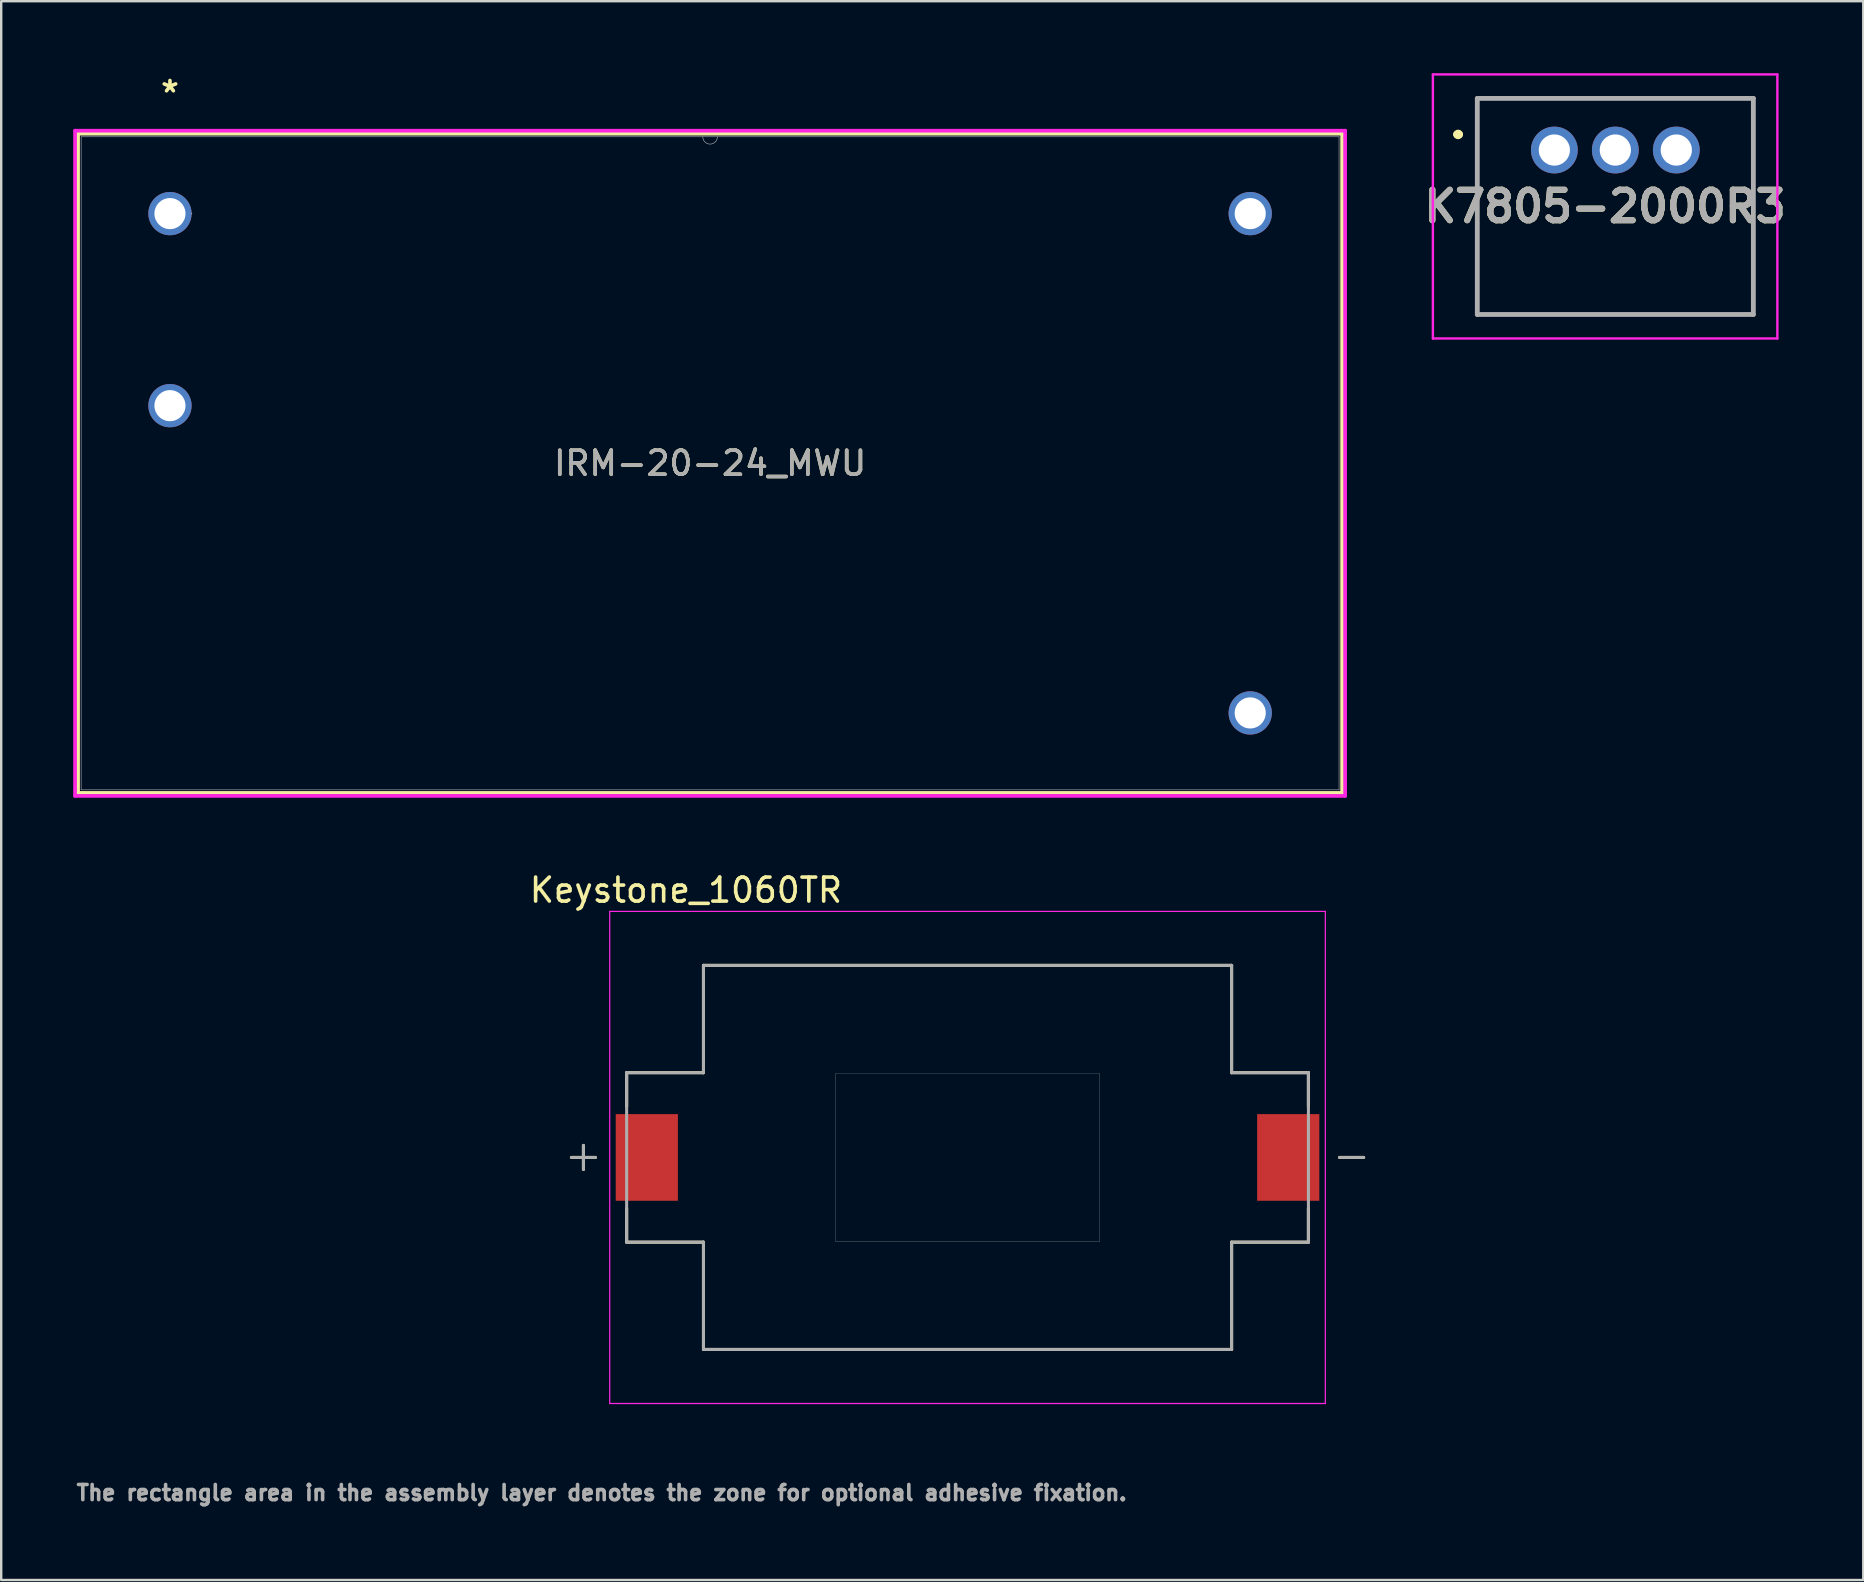
<source format=kicad_pcb>
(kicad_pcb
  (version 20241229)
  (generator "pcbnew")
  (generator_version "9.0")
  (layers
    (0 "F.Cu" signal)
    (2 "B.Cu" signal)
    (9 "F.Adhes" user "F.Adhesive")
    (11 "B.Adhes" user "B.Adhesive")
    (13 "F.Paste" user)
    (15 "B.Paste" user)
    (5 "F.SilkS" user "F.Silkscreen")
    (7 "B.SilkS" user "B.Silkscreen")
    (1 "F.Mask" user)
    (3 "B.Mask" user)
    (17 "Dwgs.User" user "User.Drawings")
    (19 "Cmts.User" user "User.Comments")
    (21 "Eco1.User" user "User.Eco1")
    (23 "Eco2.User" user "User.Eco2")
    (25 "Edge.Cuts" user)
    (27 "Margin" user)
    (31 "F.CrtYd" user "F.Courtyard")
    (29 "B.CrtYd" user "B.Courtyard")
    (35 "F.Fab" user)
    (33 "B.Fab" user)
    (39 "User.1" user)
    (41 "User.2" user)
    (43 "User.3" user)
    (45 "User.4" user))
  (footprint "Keystone_1060TR"
    (layer "F.Cu")
    (at 37.254 45.165)
    (property "Reference" "Keystone_1060TR" (at -11.73 -11.135 0) (layer "F.SilkS") (effects (font (size 1 1) (thickness 0.15))))
    (attr smd)
    (fp_line (start -16 -0.5) (end -16 0.5) (stroke (width 0.127) (type solid)) (layer "F.SilkS"))
    (fp_line (start -15.5 0) (end -16.5 0) (stroke (width 0.127) (type solid)) (layer "F.SilkS"))
    (fp_line (start -14.2 -3.53) (end -14.2 -2.125) (stroke (width 0.127) (type solid)) (layer "F.SilkS"))
    (fp_line (start -14.2 3.53) (end -14.2 2.125) (stroke (width 0.127) (type solid)) (layer "F.SilkS"))
    (fp_line (start -14.2 3.53) (end -11 3.53) (stroke (width 0.127) (type solid)) (layer "F.SilkS"))
    (fp_line (start -11 -8) (end -11 -3.53) (stroke (width 0.127) (type solid)) (layer "F.SilkS"))
    (fp_line (start -11 -3.53) (end -14.2 -3.53) (stroke (width 0.127) (type solid)) (layer "F.SilkS"))
    (fp_line (start -11 3.53) (end -11 8) (stroke (width 0.127) (type solid)) (layer "F.SilkS"))
    (fp_line (start -11 8) (end 11 8) (stroke (width 0.127) (type solid)) (layer "F.SilkS"))
    (fp_line (start 11 -8) (end -11 -8) (stroke (width 0.127) (type solid)) (layer "F.SilkS"))
    (fp_line (start 11 -3.53) (end 11 -8) (stroke (width 0.127) (type solid)) (layer "F.SilkS"))
    (fp_line (start 11 3.53) (end 14.2 3.53) (stroke (width 0.127) (type solid)) (layer "F.SilkS"))
    (fp_line (start 11 8) (end 11 3.53) (stroke (width 0.127) (type solid)) (layer "F.SilkS"))
    (fp_line (start 14.2 -3.53) (end 11 -3.53) (stroke (width 0.127) (type solid)) (layer "F.SilkS"))
    (fp_line (start 14.2 -2.125) (end 14.2 -3.53) (stroke (width 0.127) (type solid)) (layer "F.SilkS"))
    (fp_line (start 14.2 3.53) (end 14.2 2.125) (stroke (width 0.127) (type solid)) (layer "F.SilkS"))
    (fp_line (start 15.5 0) (end 16.5 0) (stroke (width 0.127) (type solid)) (layer "F.SilkS"))
    (fp_line (start -14.905 -10.25) (end -14.905 10.25) (stroke (width 0.05) (type solid)) (layer "F.CrtYd"))
    (fp_line (start -14.905 10.25) (end 14.905 10.25) (stroke (width 0.05) (type solid)) (layer "F.CrtYd"))
    (fp_line (start 14.905 -10.25) (end -14.905 -10.25) (stroke (width 0.05) (type solid)) (layer "F.CrtYd"))
    (fp_line (start 14.905 10.25) (end 14.905 -10.25) (stroke (width 0.05) (type solid)) (layer "F.CrtYd"))
    (fp_line (start -16.5 0) (end -15.5 0) (stroke (width 0.127) (type solid)) (layer "F.Fab"))
    (fp_line (start -16 -0.5) (end -16 0.5) (stroke (width 0.127) (type solid)) (layer "F.Fab"))
    (fp_line (start -14.2 -3.53) (end -14.2 3.53) (stroke (width 0.127) (type solid)) (layer "F.Fab"))
    (fp_line (start -14.2 3.53) (end -11 3.53) (stroke (width 0.127) (type solid)) (layer "F.Fab"))
    (fp_line (start -11 -8) (end -11 -3.53) (stroke (width 0.127) (type solid)) (layer "F.Fab"))
    (fp_line (start -11 -3.53) (end -14.2 -3.53) (stroke (width 0.127) (type solid)) (layer "F.Fab"))
    (fp_line (start -11 3.53) (end -11 8) (stroke (width 0.127) (type solid)) (layer "F.Fab"))
    (fp_line (start -11 8) (end 11 8) (stroke (width 0.127) (type solid)) (layer "F.Fab"))
    (fp_line (start 11 -8) (end -11 -8) (stroke (width 0.127) (type solid)) (layer "F.Fab"))
    (fp_line (start 11 -3.53) (end 11 -8) (stroke (width 0.127) (type solid)) (layer "F.Fab"))
    (fp_line (start 11 3.53) (end 14.2 3.53) (stroke (width 0.127) (type solid)) (layer "F.Fab"))
    (fp_line (start 11 8) (end 11 3.53) (stroke (width 0.127) (type solid)) (layer "F.Fab"))
    (fp_line (start 14.2 -3.53) (end 11 -3.53) (stroke (width 0.127) (type solid)) (layer "F.Fab"))
    (fp_line (start 14.2 3.53) (end 14.2 -3.53) (stroke (width 0.127) (type solid)) (layer "F.Fab"))
    (fp_line (start 15.5 0) (end 16.5 0) (stroke (width 0.127) (type solid)) (layer "F.Fab"))
    (fp_poly (pts (xy -5.5 -3.505) (xy 5.5 -3.505) (xy 5.5 3.505) (xy -5.5 3.505)) (stroke (width 0.01) (type solid)) (fill no) (layer "F.Fab"))
    (fp_text user "The rectangle area in the assembly layer denotes the zone for optional adhesive fixation." (at -15.24 13.97 0) (layer "F.Fab") (effects (font (size 0.63 0.63) (thickness 0.15))))
    (pad "N" smd rect (at 13.36 0) (size 2.59 3.61) (layers "F.Cu" "F.Mask" "F.Paste"))
    (pad "P" smd rect (at -13.36 0) (size 2.59 3.61) (layers "F.Cu" "F.Mask" "F.Paste")))
  (footprint "K7805-2000R3"
    (layer "F.Cu")
    (at 61.699 3.2)
    (property "Reference" "K7805-2000R3" (at 2.115 2.35 0) (layer "F.SilkS") (effects (font (size 1.27 1.27) (thickness 0.254))))
    (attr through_hole)
    (fp_line (start -4.06 -0.65) (end -4.06 -0.65) (stroke (width 0.3) (type solid)) (layer "F.SilkS"))
    (fp_line (start -3.96 -0.65) (end -3.96 -0.65) (stroke (width 0.3) (type solid)) (layer "F.SilkS"))
    (fp_line (start -3.21 -2.15) (end 8.29 -2.15) (stroke (width 0.1) (type solid)) (layer "F.SilkS"))
    (fp_line (start -3.21 6.85) (end -3.21 -2.15) (stroke (width 0.1) (type solid)) (layer "F.SilkS"))
    (fp_line (start 8.29 -2.15) (end 8.29 6.85) (stroke (width 0.1) (type solid)) (layer "F.SilkS"))
    (fp_line (start 8.29 6.85) (end -3.21 6.85) (stroke (width 0.1) (type solid)) (layer "F.SilkS"))
    (fp_arc (start -4.06 -0.65) (mid -4.01 -0.7) (end -3.96 -0.65) (stroke (width 0.3) (type solid)) (layer "F.SilkS"))
    (fp_arc (start -3.96 -0.65) (mid -4.01 -0.6) (end -4.06 -0.65) (stroke (width 0.3) (type solid)) (layer "F.SilkS"))
    (fp_line (start -5.06 -3.15) (end 9.29 -3.15) (stroke (width 0.1) (type solid)) (layer "F.CrtYd"))
    (fp_line (start -5.06 7.85) (end -5.06 -3.15) (stroke (width 0.1) (type solid)) (layer "F.CrtYd"))
    (fp_line (start 9.29 -3.15) (end 9.29 7.85) (stroke (width 0.1) (type solid)) (layer "F.CrtYd"))
    (fp_line (start 9.29 7.85) (end -5.06 7.85) (stroke (width 0.1) (type solid)) (layer "F.CrtYd"))
    (fp_line (start -3.21 -2.15) (end 8.29 -2.15) (stroke (width 0.2) (type solid)) (layer "F.Fab"))
    (fp_line (start -3.21 6.85) (end -3.21 -2.15) (stroke (width 0.2) (type solid)) (layer "F.Fab"))
    (fp_line (start 8.29 -2.15) (end 8.29 6.85) (stroke (width 0.2) (type solid)) (layer "F.Fab"))
    (fp_line (start 8.29 6.85) (end -3.21 6.85) (stroke (width 0.2) (type solid)) (layer "F.Fab"))
    (fp_text user "${REFERENCE}" (at 2.115 2.35 0) (layer "F.Fab") (effects (font (size 1.27 1.27) (thickness 0.254))))
    (pad "1" thru_hole circle (at 0 0) (size 1.95 1.95) (drill 1.3) (layers "*.Cu" "*.Mask"))
    (pad "2" thru_hole circle (at 2.54 0) (size 1.95 1.95) (drill 1.3) (layers "*.Cu" "*.Mask"))
    (pad "3" thru_hole circle (at 5.08 0) (size 1.95 1.95) (drill 1.3) (layers "*.Cu" "*.Mask")))
  (footprint "IRM-20-24_MWU"
    (layer "F.Cu")
    (at 4.03 5.848)
    (property "Reference" "IRM-20-24_MWU" (at 22.5 10.402 0) (unlocked yes) (layer "F.SilkS") (effects (font (size 1 1) (thickness 0.15))))
    (attr through_hole)
    (fp_line (start -3.827 -3.327) (end -3.827 24.13) (stroke (width 0.152) (type solid)) (layer "F.SilkS"))
    (fp_line (start -3.827 24.13) (end 48.827 24.13) (stroke (width 0.152) (type solid)) (layer "F.SilkS"))
    (fp_line (start 48.827 -3.327) (end -3.827 -3.327) (stroke (width 0.152) (type solid)) (layer "F.SilkS"))
    (fp_line (start 48.827 24.13) (end 48.827 -3.327) (stroke (width 0.152) (type solid)) (layer "F.SilkS"))
    (fp_line (start -3.954 -3.454) (end 48.954 -3.454) (stroke (width 0.152) (type solid)) (layer "F.CrtYd"))
    (fp_line (start -3.954 24.257) (end -3.954 -3.454) (stroke (width 0.152) (type solid)) (layer "F.CrtYd"))
    (fp_line (start 48.954 -3.454) (end 48.954 24.257) (stroke (width 0.152) (type solid)) (layer "F.CrtYd"))
    (fp_line (start 48.954 24.257) (end -3.954 24.257) (stroke (width 0.152) (type solid)) (layer "F.CrtYd"))
    (fp_line (start -3.7 -3.2) (end -3.7 24.003) (stroke (width 0.025) (type solid)) (layer "F.Fab"))
    (fp_line (start -3.7 24.003) (end 48.7 24.003) (stroke (width 0.025) (type solid)) (layer "F.Fab"))
    (fp_line (start 48.7 -3.2) (end -3.7 -3.2) (stroke (width 0.025) (type solid)) (layer "F.Fab"))
    (fp_line (start 48.7 24.003) (end 48.7 -3.2) (stroke (width 0.025) (type solid)) (layer "F.Fab"))
    (fp_arc (start 22.804806 -3.200002) (mid 22.500006 -2.895202) (end 22.195206 -3.200002) (stroke (width 0.0254) (type solid)) (layer "F.Fab"))
    (fp_circle (center 0.902 0) (end 0.902 0) (stroke (width 0.025) (type solid)) (fill no) (layer "F.Fab"))
    (fp_text user "*" (at 0 -5 0) (unlocked yes) (layer "F.SilkS") (effects (font (size 1 1) (thickness 0.15))))
    (fp_text user "${REFERENCE}" (at 22.5 10.402 0) (unlocked yes) (layer "F.Fab") (effects (font (size 1 1) (thickness 0.15))))
    (pad "1" thru_hole circle (at 0 0) (size 1.803 1.803) (drill 1.295) (layers "*.Cu" "*.Mask"))
    (pad "2" thru_hole circle (at 0 8) (size 1.803 1.803) (drill 1.295) (layers "*.Cu" "*.Mask"))
    (pad "3" thru_hole circle (at 45 20.8) (size 1.803 1.803) (drill 1.295) (layers "*.Cu" "*.Mask"))
    (pad "4" thru_hole circle (at 45 0) (size 1.803 1.803) (drill 1.295) (layers "*.Cu" "*.Mask")))
  (gr_rect
    (start -3 -3)
    (end 74.567 62.767)
    (stroke (width 0.1) (type default))
    (fill no)
    (layer "Edge.Cuts")))
</source>
